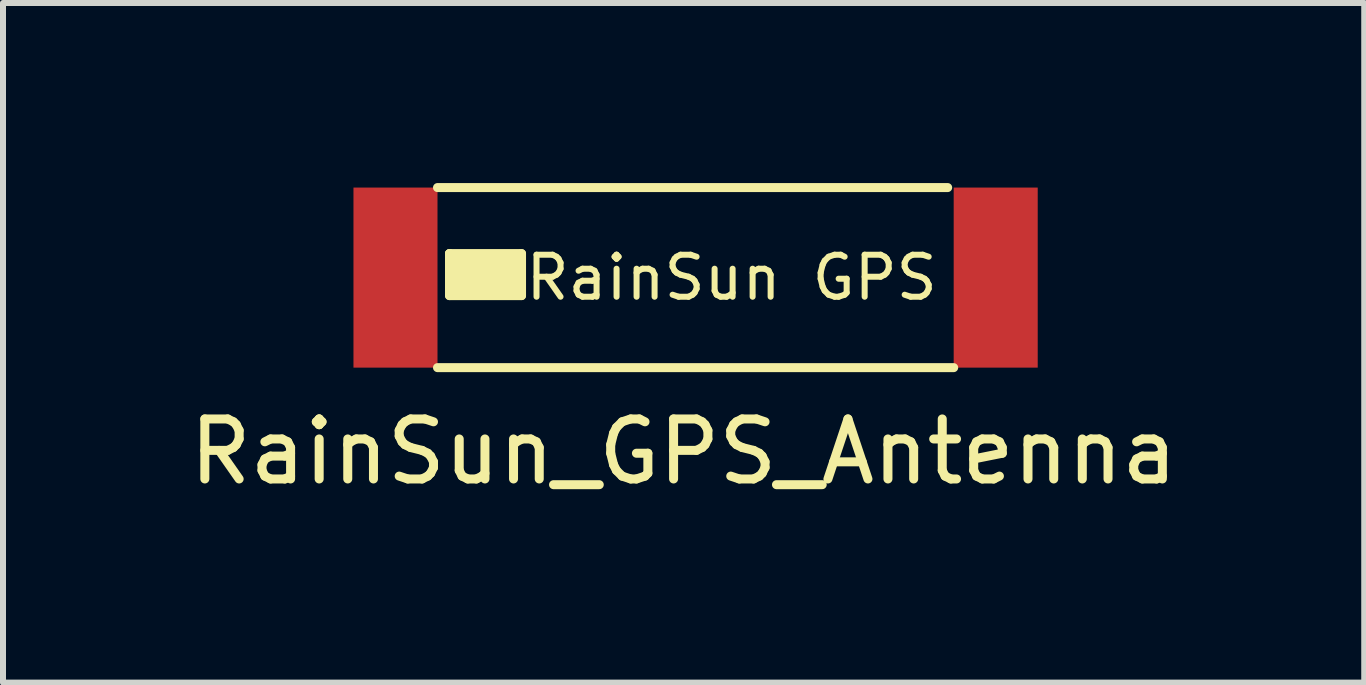
<source format=kicad_pcb>
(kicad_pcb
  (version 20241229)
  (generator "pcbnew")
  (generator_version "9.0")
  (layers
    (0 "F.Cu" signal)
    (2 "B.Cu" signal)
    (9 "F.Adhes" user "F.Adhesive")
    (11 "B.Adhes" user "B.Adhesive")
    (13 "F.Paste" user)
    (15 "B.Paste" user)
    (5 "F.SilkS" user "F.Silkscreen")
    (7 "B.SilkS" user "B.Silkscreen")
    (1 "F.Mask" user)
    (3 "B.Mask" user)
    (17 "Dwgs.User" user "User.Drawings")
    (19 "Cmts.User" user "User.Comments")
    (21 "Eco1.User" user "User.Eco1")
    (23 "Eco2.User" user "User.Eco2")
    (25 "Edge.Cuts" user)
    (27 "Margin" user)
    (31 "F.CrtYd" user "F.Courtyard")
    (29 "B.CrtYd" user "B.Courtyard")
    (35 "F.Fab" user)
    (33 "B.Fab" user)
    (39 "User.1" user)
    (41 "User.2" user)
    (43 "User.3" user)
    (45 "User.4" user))
  (footprint "RainSun_GPS_Antenna"
    (layer "F.Cu")
    (at 3.539 1.575)
    (property "Reference" "RainSun_GPS_Antenna" (at 4.8 2.9 0) (layer "F.SilkS") (effects (font (size 1 1) (thickness 0.15))))
    (attr through_hole)
    (fp_line (start 0.7 -1.5) (end 9.2 -1.5) (stroke (width 0.15) (type solid)) (layer "F.SilkS"))
    (fp_line (start 0.7 1.5) (end 9.3 1.5) (stroke (width 0.15) (type solid)) (layer "F.SilkS"))
    (fp_line (start 0.9 -0.4) (end 0.9 0.3) (stroke (width 0.15) (type solid)) (layer "F.SilkS"))
    (fp_line (start 0.9 -0.4) (end 1 -0.2) (stroke (width 0.15) (type solid)) (layer "F.SilkS"))
    (fp_line (start 0.9 0.3) (end 2.1 0.3) (stroke (width 0.15) (type solid)) (layer "F.SilkS"))
    (fp_line (start 1 -0.3) (end 1 0.2) (stroke (width 0.15) (type solid)) (layer "F.SilkS"))
    (fp_line (start 1 -0.2) (end 2 -0.2) (stroke (width 0.15) (type solid)) (layer "F.SilkS"))
    (fp_line (start 1 -0.1) (end 2 -0.1) (stroke (width 0.15) (type solid)) (layer "F.SilkS"))
    (fp_line (start 1 0) (end 1 -0.1) (stroke (width 0.15) (type solid)) (layer "F.SilkS"))
    (fp_line (start 1 0.2) (end 2 0.2) (stroke (width 0.15) (type solid)) (layer "F.SilkS"))
    (fp_line (start 2 -0.3) (end 1 -0.3) (stroke (width 0.15) (type solid)) (layer "F.SilkS"))
    (fp_line (start 2 -0.2) (end 2 0) (stroke (width 0.15) (type solid)) (layer "F.SilkS"))
    (fp_line (start 2 -0.1) (end 2 -0.3) (stroke (width 0.15) (type solid)) (layer "F.SilkS"))
    (fp_line (start 2 0) (end 1 0) (stroke (width 0.15) (type solid)) (layer "F.SilkS"))
    (fp_line (start 2 0.1) (end 1 0.1) (stroke (width 0.15) (type solid)) (layer "F.SilkS"))
    (fp_line (start 2 0.2) (end 2 0.1) (stroke (width 0.15) (type solid)) (layer "F.SilkS"))
    (fp_line (start 2.1 -0.4) (end 0.9 -0.4) (stroke (width 0.15) (type solid)) (layer "F.SilkS"))
    (fp_line (start 2.1 0.3) (end 2.1 -0.4) (stroke (width 0.15) (type solid)) (layer "F.SilkS"))
    (fp_text user "RainSun GPS" (at 5.6 0 0) (layer "F.SilkS") (effects (font (size 0.7 0.7) (thickness 0.1))))
    (pad "1" smd rect (at 0 0) (size 1.4 3) (layers "F.Cu" "F.Mask" "F.Paste"))
    (pad "2" smd rect (at 10 0) (size 1.4 3) (layers "F.Cu" "F.Mask" "F.Paste")))
  (gr_rect
    (start -3 -3)
    (end 19.679 8.323)
    (stroke (width 0.1) (type default))
    (fill no)
    (layer "Edge.Cuts")))
</source>
